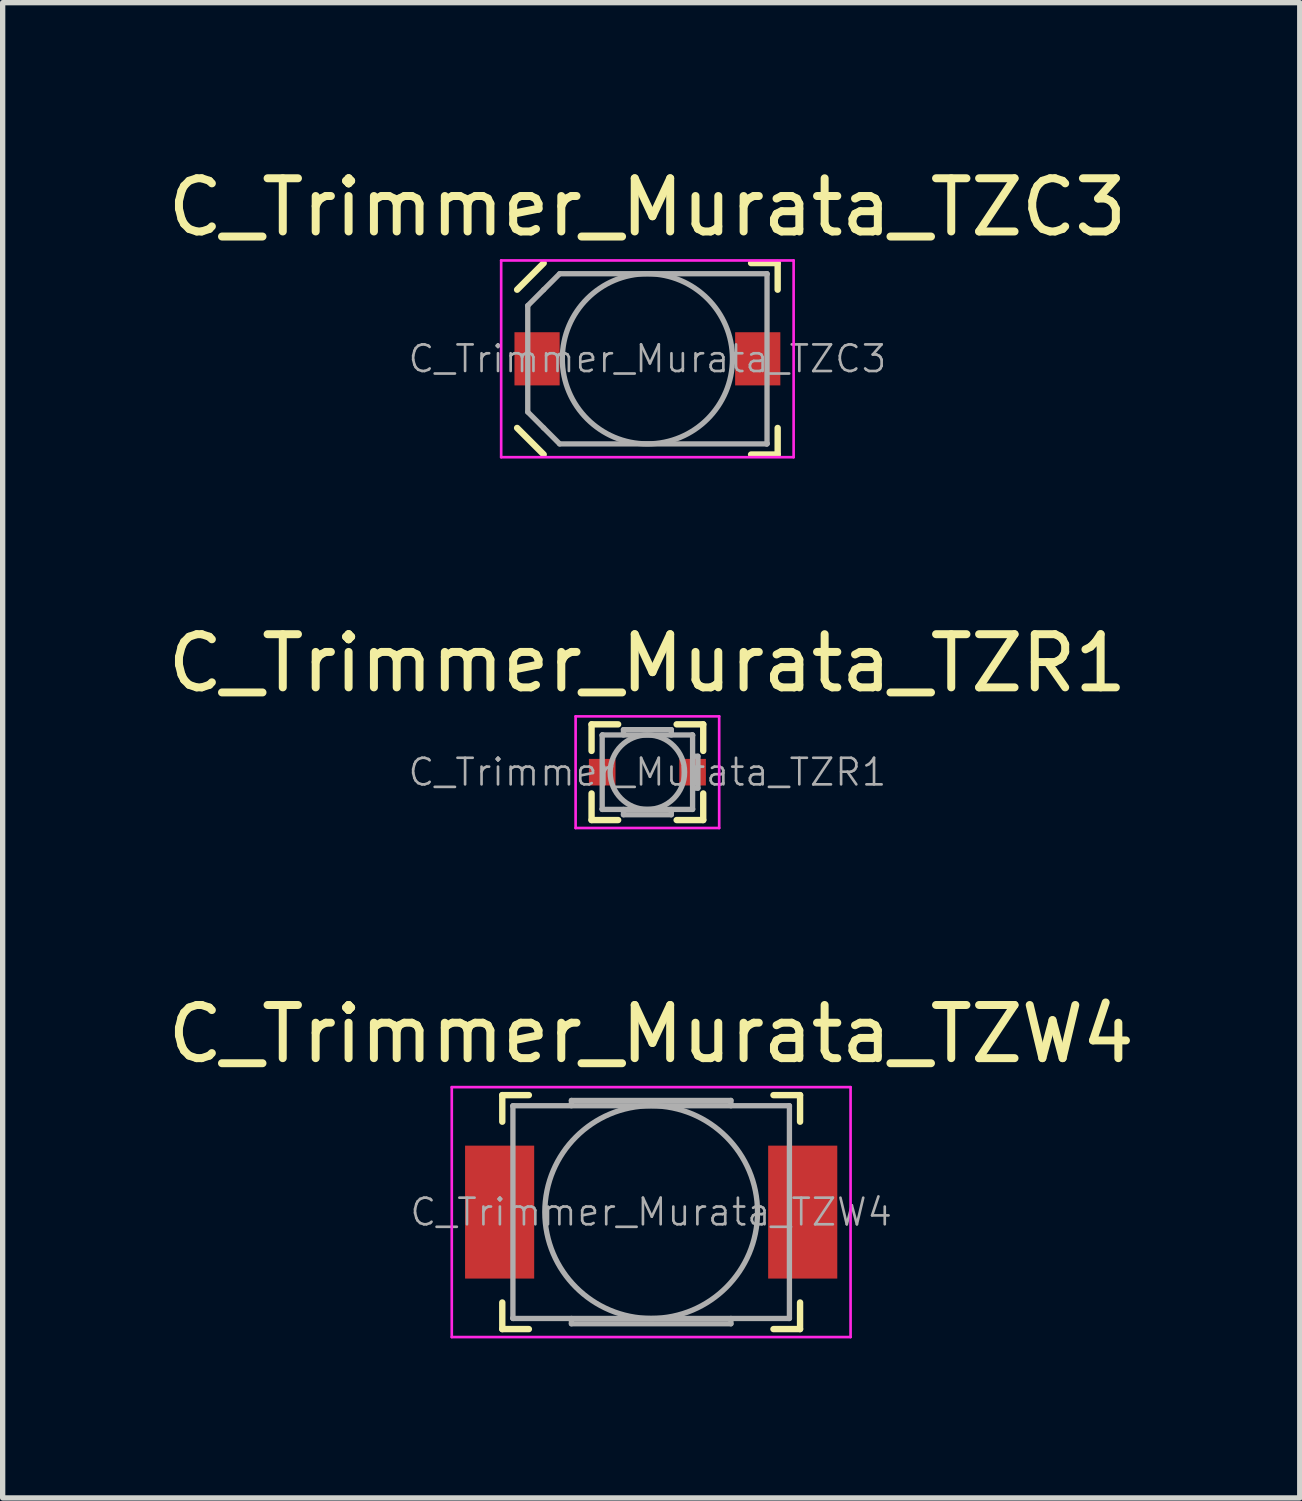
<source format=kicad_pcb>
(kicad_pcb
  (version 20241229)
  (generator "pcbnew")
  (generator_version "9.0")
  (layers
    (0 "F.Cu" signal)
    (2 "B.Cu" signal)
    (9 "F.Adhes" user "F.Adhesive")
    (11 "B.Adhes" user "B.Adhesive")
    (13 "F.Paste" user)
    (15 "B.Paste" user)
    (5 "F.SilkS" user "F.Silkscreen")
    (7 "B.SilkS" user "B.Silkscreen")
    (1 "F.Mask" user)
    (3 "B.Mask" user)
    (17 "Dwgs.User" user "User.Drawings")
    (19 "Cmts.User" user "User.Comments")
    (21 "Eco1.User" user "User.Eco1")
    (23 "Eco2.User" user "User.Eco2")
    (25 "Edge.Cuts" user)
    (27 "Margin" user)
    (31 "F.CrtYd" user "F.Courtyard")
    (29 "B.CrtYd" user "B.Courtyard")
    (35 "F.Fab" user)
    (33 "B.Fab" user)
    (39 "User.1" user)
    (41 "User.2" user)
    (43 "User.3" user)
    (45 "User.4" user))
  (footprint "C_Trimmer_Murata_TZR1"
    (layer "F.Cu")
    (at 9.125 11.472)
    (property "Reference" "C_Trimmer_Murata_TZR1" (at 0 -2.05 0) (layer "F.SilkS") (effects (font (size 1 1) (thickness 0.15))))
    (attr smd)
    (fp_line (start -1.05 -0.9) (end -1.05 -0.4) (stroke (width 0.12) (type solid)) (layer "F.SilkS"))
    (fp_line (start -1.05 -0.9) (end -0.55 -0.9) (stroke (width 0.12) (type solid)) (layer "F.SilkS"))
    (fp_line (start -1.05 0.9) (end -1.05 0.4) (stroke (width 0.12) (type solid)) (layer "F.SilkS"))
    (fp_line (start -1.05 0.9) (end -0.55 0.9) (stroke (width 0.12) (type solid)) (layer "F.SilkS"))
    (fp_line (start 1.05 -0.9) (end 0.55 -0.9) (stroke (width 0.12) (type solid)) (layer "F.SilkS"))
    (fp_line (start 1.05 -0.9) (end 1.05 -0.4) (stroke (width 0.12) (type solid)) (layer "F.SilkS"))
    (fp_line (start 1.05 0.9) (end 0.55 0.9) (stroke (width 0.12) (type solid)) (layer "F.SilkS"))
    (fp_line (start 1.05 0.9) (end 1.05 0.4) (stroke (width 0.12) (type solid)) (layer "F.SilkS"))
    (fp_line (start -1.35 -1.05) (end -1.35 1.05) (stroke (width 0.05) (type solid)) (layer "F.CrtYd"))
    (fp_line (start -1.35 1.05) (end 1.35 1.05) (stroke (width 0.05) (type solid)) (layer "F.CrtYd"))
    (fp_line (start 1.35 -1.05) (end -1.35 -1.05) (stroke (width 0.05) (type solid)) (layer "F.CrtYd"))
    (fp_line (start 1.35 1.05) (end 1.35 -1.05) (stroke (width 0.05) (type solid)) (layer "F.CrtYd"))
    (fp_line (start -0.85 -0.7) (end -0.84 -0.7) (stroke (width 0.1) (type solid)) (layer "F.Fab"))
    (fp_line (start -0.85 -0.69) (end -0.85 -0.7) (stroke (width 0.1) (type solid)) (layer "F.Fab"))
    (fp_line (start -0.85 0.69) (end -0.85 -0.69) (stroke (width 0.1) (type solid)) (layer "F.Fab"))
    (fp_line (start -0.85 0.7) (end -0.85 0.69) (stroke (width 0.1) (type solid)) (layer "F.Fab"))
    (fp_line (start -0.84 -0.7) (end 0.84 -0.7) (stroke (width 0.1) (type solid)) (layer "F.Fab"))
    (fp_line (start -0.84 0.7) (end -0.85 0.7) (stroke (width 0.1) (type solid)) (layer "F.Fab"))
    (fp_line (start -0.45 -0.8) (end 0.45 -0.8) (stroke (width 0.1) (type solid)) (layer "F.Fab"))
    (fp_line (start -0.45 -0.7) (end -0.45 -0.8) (stroke (width 0.1) (type solid)) (layer "F.Fab"))
    (fp_line (start -0.45 0.7) (end -0.45 0.8) (stroke (width 0.1) (type solid)) (layer "F.Fab"))
    (fp_line (start -0.45 0.8) (end 0.45 0.8) (stroke (width 0.1) (type solid)) (layer "F.Fab"))
    (fp_line (start 0.45 -0.8) (end 0.45 -0.7) (stroke (width 0.1) (type solid)) (layer "F.Fab"))
    (fp_line (start 0.45 0.8) (end 0.45 0.7) (stroke (width 0.1) (type solid)) (layer "F.Fab"))
    (fp_line (start 0.84 -0.7) (end 0.85 -0.7) (stroke (width 0.1) (type solid)) (layer "F.Fab"))
    (fp_line (start 0.84 0.7) (end -0.84 0.7) (stroke (width 0.1) (type solid)) (layer "F.Fab"))
    (fp_line (start 0.85 -0.7) (end 0.85 -0.69) (stroke (width 0.1) (type solid)) (layer "F.Fab"))
    (fp_line (start 0.85 -0.69) (end 0.85 0.69) (stroke (width 0.1) (type solid)) (layer "F.Fab"))
    (fp_line (start 0.85 -0.3) (end 0.95 -0.3) (stroke (width 0.1) (type solid)) (layer "F.Fab"))
    (fp_line (start 0.85 0.69) (end 0.85 0.7) (stroke (width 0.1) (type solid)) (layer "F.Fab"))
    (fp_line (start 0.85 0.7) (end 0.84 0.7) (stroke (width 0.1) (type solid)) (layer "F.Fab"))
    (fp_line (start 0.95 -0.3) (end 0.95 0.3) (stroke (width 0.1) (type solid)) (layer "F.Fab"))
    (fp_line (start 0.95 0.3) (end 0.85 0.3) (stroke (width 0.1) (type solid)) (layer "F.Fab"))
    (fp_circle (center 0 0) (end 0.7 0) (stroke (width 0.1) (type solid)) (fill no) (layer "F.Fab"))
    (fp_text user "${REFERENCE}" (at 0 0 0) (layer "F.Fab") (effects (font (size 0.5 0.5) (thickness 0.05))))
    (pad "1" smd rect (at -0.85 0) (size 0.5 0.5) (layers "F.Cu" "F.Mask" "F.Paste"))
    (pad "2" smd rect (at 0.85 0) (size 0.5 0.5) (layers "F.Cu" "F.Mask" "F.Paste")))
  (footprint "C_Trimmer_Murata_TZW4"
    (layer "F.Cu")
    (at 9.196 19.745)
    (property "Reference" "C_Trimmer_Murata_TZW4" (at 0 -3.35 0) (layer "F.SilkS") (effects (font (size 1 1) (thickness 0.15))))
    (attr smd)
    (fp_line (start -2.8 -2.2) (end -2.8 -1.7) (stroke (width 0.12) (type solid)) (layer "F.SilkS"))
    (fp_line (start -2.8 -2.2) (end -2.3 -2.2) (stroke (width 0.12) (type solid)) (layer "F.SilkS"))
    (fp_line (start -2.8 2.2) (end -2.8 1.7) (stroke (width 0.12) (type solid)) (layer "F.SilkS"))
    (fp_line (start -2.8 2.2) (end -2.3 2.2) (stroke (width 0.12) (type solid)) (layer "F.SilkS"))
    (fp_line (start 2.8 -2.2) (end 2.3 -2.2) (stroke (width 0.12) (type solid)) (layer "F.SilkS"))
    (fp_line (start 2.8 -2.2) (end 2.8 -1.7) (stroke (width 0.12) (type solid)) (layer "F.SilkS"))
    (fp_line (start 2.8 2.2) (end 2.3 2.2) (stroke (width 0.12) (type solid)) (layer "F.SilkS"))
    (fp_line (start 2.8 2.2) (end 2.8 1.7) (stroke (width 0.12) (type solid)) (layer "F.SilkS"))
    (fp_line (start -3.75 -2.35) (end -3.75 2.35) (stroke (width 0.05) (type solid)) (layer "F.CrtYd"))
    (fp_line (start -3.75 2.35) (end 3.75 2.35) (stroke (width 0.05) (type solid)) (layer "F.CrtYd"))
    (fp_line (start 3.75 -2.35) (end -3.75 -2.35) (stroke (width 0.05) (type solid)) (layer "F.CrtYd"))
    (fp_line (start 3.75 2.35) (end 3.75 -2.35) (stroke (width 0.05) (type solid)) (layer "F.CrtYd"))
    (fp_line (start -2.6 -2) (end -2.59 -2) (stroke (width 0.1) (type solid)) (layer "F.Fab"))
    (fp_line (start -2.6 -1.99) (end -2.6 -2) (stroke (width 0.1) (type solid)) (layer "F.Fab"))
    (fp_line (start -2.6 1.99) (end -2.6 -1.99) (stroke (width 0.1) (type solid)) (layer "F.Fab"))
    (fp_line (start -2.6 2) (end -2.6 1.99) (stroke (width 0.1) (type solid)) (layer "F.Fab"))
    (fp_line (start -2.59 -2) (end 2.59 -2) (stroke (width 0.1) (type solid)) (layer "F.Fab"))
    (fp_line (start -2.59 2) (end -2.6 2) (stroke (width 0.1) (type solid)) (layer "F.Fab"))
    (fp_line (start -1.5 -2.1) (end 1.5 -2.1) (stroke (width 0.1) (type solid)) (layer "F.Fab"))
    (fp_line (start -1.5 -2) (end -1.5 -2.1) (stroke (width 0.1) (type solid)) (layer "F.Fab"))
    (fp_line (start -1.5 2) (end -1.5 2.1) (stroke (width 0.1) (type solid)) (layer "F.Fab"))
    (fp_line (start -1.5 2.1) (end 1.5 2.1) (stroke (width 0.1) (type solid)) (layer "F.Fab"))
    (fp_line (start 1.5 -2.1) (end 1.5 -2) (stroke (width 0.1) (type solid)) (layer "F.Fab"))
    (fp_line (start 1.5 2.1) (end 1.5 2) (stroke (width 0.1) (type solid)) (layer "F.Fab"))
    (fp_line (start 2.59 -2) (end 2.6 -2) (stroke (width 0.1) (type solid)) (layer "F.Fab"))
    (fp_line (start 2.59 2) (end -2.59 2) (stroke (width 0.1) (type solid)) (layer "F.Fab"))
    (fp_line (start 2.6 -2) (end 2.6 -1.99) (stroke (width 0.1) (type solid)) (layer "F.Fab"))
    (fp_line (start 2.6 -1.99) (end 2.6 1.99) (stroke (width 0.1) (type solid)) (layer "F.Fab"))
    (fp_line (start 2.6 1.99) (end 2.6 2) (stroke (width 0.1) (type solid)) (layer "F.Fab"))
    (fp_line (start 2.6 2) (end 2.59 2) (stroke (width 0.1) (type solid)) (layer "F.Fab"))
    (fp_circle (center 0 0) (end 2 0) (stroke (width 0.1) (type solid)) (fill no) (layer "F.Fab"))
    (fp_text user "${REFERENCE}" (at 0 0 0) (layer "F.Fab") (effects (font (size 0.5 0.5) (thickness 0.05))))
    (pad "1" smd rect (at -2.85 0) (size 1.3 2.5) (layers "F.Cu" "F.Mask" "F.Paste"))
    (pad "2" smd rect (at 2.85 0) (size 1.3 2.5) (layers "F.Cu" "F.Mask" "F.Paste")))
  (footprint "C_Trimmer_Murata_TZC3"
    (layer "F.Cu")
    (at 9.125 3.698)
    (property "Reference" "C_Trimmer_Murata_TZC3" (at 0 -2.85 0) (layer "F.SilkS") (effects (font (size 1 1) (thickness 0.15))))
    (attr smd)
    (fp_line (start -2.45 -1.3) (end -1.95 -1.8) (stroke (width 0.12) (type solid)) (layer "F.SilkS"))
    (fp_line (start -2.45 1.3) (end -1.95 1.8) (stroke (width 0.12) (type solid)) (layer "F.SilkS"))
    (fp_line (start 2.45 -1.8) (end 1.95 -1.8) (stroke (width 0.12) (type solid)) (layer "F.SilkS"))
    (fp_line (start 2.45 -1.8) (end 2.45 -1.3) (stroke (width 0.12) (type solid)) (layer "F.SilkS"))
    (fp_line (start 2.45 1.8) (end 1.95 1.8) (stroke (width 0.12) (type solid)) (layer "F.SilkS"))
    (fp_line (start 2.45 1.8) (end 2.45 1.3) (stroke (width 0.12) (type solid)) (layer "F.SilkS"))
    (fp_line (start -2.75 -1.85) (end -2.75 1.85) (stroke (width 0.05) (type solid)) (layer "F.CrtYd"))
    (fp_line (start -2.75 1.85) (end 2.75 1.85) (stroke (width 0.05) (type solid)) (layer "F.CrtYd"))
    (fp_line (start 2.75 -1.85) (end -2.75 -1.85) (stroke (width 0.05) (type solid)) (layer "F.CrtYd"))
    (fp_line (start 2.75 1.85) (end 2.75 -1.85) (stroke (width 0.05) (type solid)) (layer "F.CrtYd"))
    (fp_line (start -2.25 -1) (end -1.95 -1.3) (stroke (width 0.1) (type solid)) (layer "F.Fab"))
    (fp_line (start -2.25 1) (end -2.25 -1) (stroke (width 0.1) (type solid)) (layer "F.Fab"))
    (fp_line (start -1.95 -1.3) (end -1.65 -1.6) (stroke (width 0.1) (type solid)) (layer "F.Fab"))
    (fp_line (start -1.95 1.3) (end -2.25 1) (stroke (width 0.1) (type solid)) (layer "F.Fab"))
    (fp_line (start -1.65 -1.6) (end 2.24 -1.6) (stroke (width 0.1) (type solid)) (layer "F.Fab"))
    (fp_line (start -1.65 1.6) (end -1.95 1.3) (stroke (width 0.1) (type solid)) (layer "F.Fab"))
    (fp_line (start 2.24 -1.6) (end 2.25 -1.6) (stroke (width 0.1) (type solid)) (layer "F.Fab"))
    (fp_line (start 2.24 1.6) (end -1.65 1.6) (stroke (width 0.1) (type solid)) (layer "F.Fab"))
    (fp_line (start 2.25 -1.6) (end 2.25 -1.59) (stroke (width 0.1) (type solid)) (layer "F.Fab"))
    (fp_line (start 2.25 -1.59) (end 2.25 1.59) (stroke (width 0.1) (type solid)) (layer "F.Fab"))
    (fp_line (start 2.25 1.59) (end 2.25 1.6) (stroke (width 0.1) (type solid)) (layer "F.Fab"))
    (fp_line (start 2.25 1.6) (end 2.24 1.6) (stroke (width 0.1) (type solid)) (layer "F.Fab"))
    (fp_circle (center 0 0) (end 1.6 0) (stroke (width 0.1) (type solid)) (fill no) (layer "F.Fab"))
    (fp_text user "${REFERENCE}" (at 0 0 0) (layer "F.Fab") (effects (font (size 0.5 0.5) (thickness 0.05))))
    (pad "1" smd rect (at -2.075 0) (size 0.85 1) (layers "F.Cu" "F.Mask" "F.Paste"))
    (pad "2" smd rect (at 2.075 0) (size 0.85 1) (layers "F.Cu" "F.Mask" "F.Paste")))
  (gr_rect
    (start -3 -3)
    (end 21.393 25.12)
    (stroke (width 0.1) (type default))
    (fill no)
    (layer "Edge.Cuts")))
</source>
